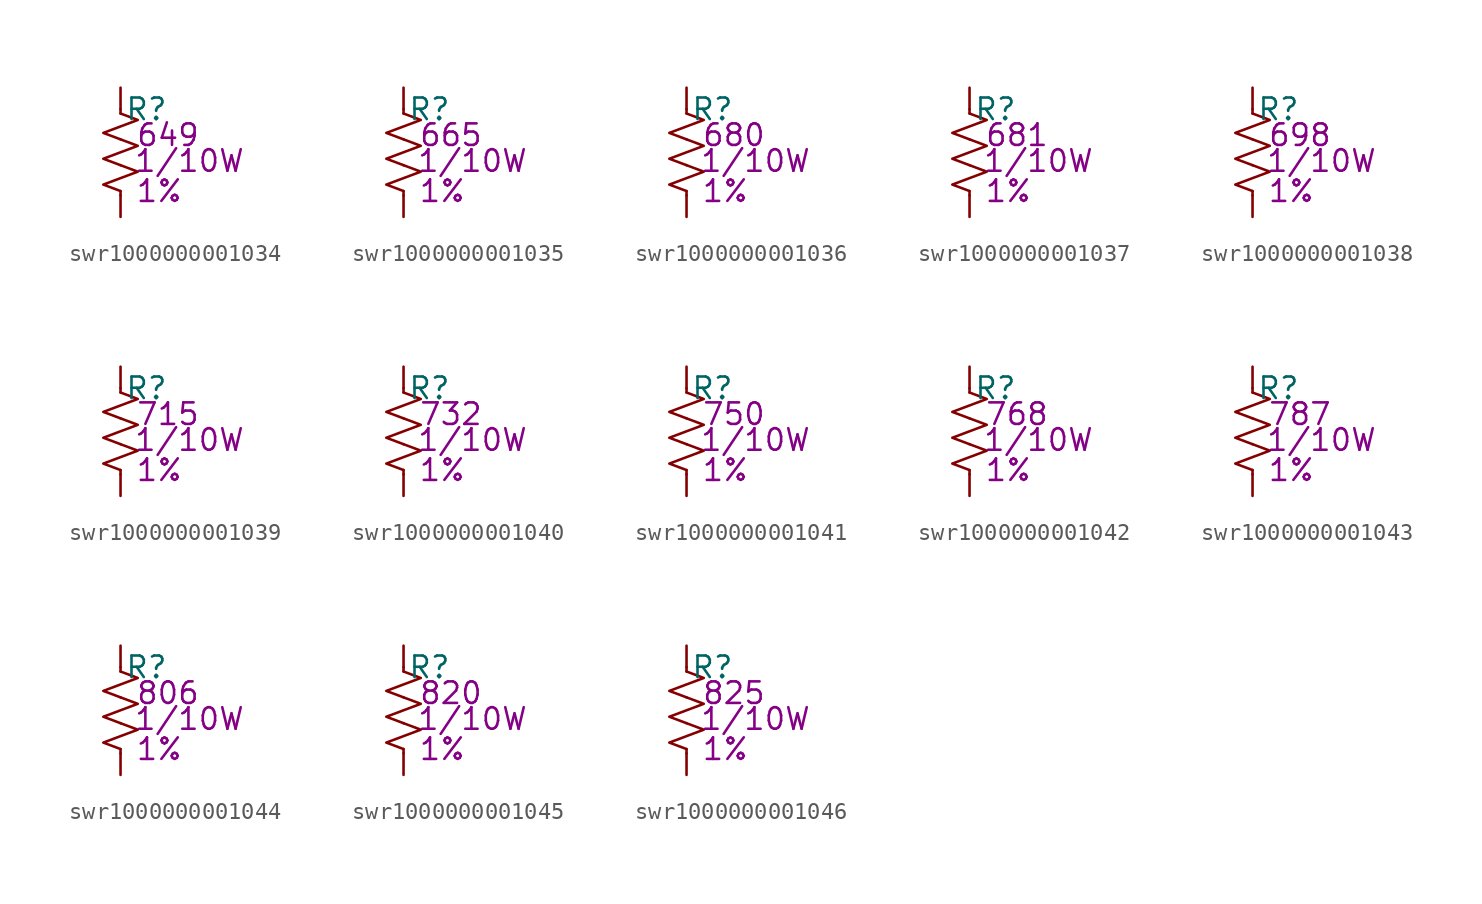
<source format=kicad_sym>
(kicad_symbol_lib
  (version 20211014)
  (generator kicad_symbol_editor)
  (symbol "swr1000000001034"
    (pin_numbers hide)
    (pin_names
      (offset 1.016))
    (property "Reference" "R"
      (at 1.524 2.54 0)
      (effects (font (size 1.27 1.27))))
    (property "Tolerance" "1%"
      (at 2.286 -2.286 0)
      (effects (font (size 1.27 1.27))))
    (property "Wattage" "1/10W"
      (at 4.064 -0.508 0)
      (effects (font (size 1.27 1.27))))
    (property "PartValue" "649"
      (at 2.794 1.016 0)
      (effects (font (size 1.27 1.27))))
    (symbol "swr1000000001034_1_1"
      (polyline (pts (xy 0 -2.286) (xy 0 -2.54)) (stroke (width 0) (type default) (color 0 0 0 0)) (fill (type none)))
      (polyline (pts (xy 0 2.286) (xy 0 2.54)) (stroke (width 0) (type default) (color 0 0 0 0)) (fill (type none)))
      (polyline (pts (xy 0 -0.762) (xy 1.016 -1.143) (xy 0 -1.524) (xy -1.016 -1.905) (xy 0 -2.286)) (stroke (width 0) (type default) (color 0 0 0 0)) (fill (type none)))
      (polyline (pts (xy 0 0.762) (xy 1.016 0.381) (xy 0 0) (xy -1.016 -0.381) (xy 0 -0.762)) (stroke (width 0) (type default) (color 0 0 0 0)) (fill (type none)))
      (polyline (pts (xy 0 2.286) (xy 1.016 1.905) (xy 0 1.524) (xy -1.016 1.143) (xy 0 0.762)) (stroke (width 0) (type default) (color 0 0 0 0)) (fill (type none)))
      (pin passive line (at 0 3.81 270) (length 1.27) (name "~" (effects (font (size 1.27 1.27)))) (number "1" (effects (font (size 1.27 1.27)))))
      (pin passive line (at 0 -3.81 90) (length 1.27) (name "~" (effects (font (size 1.27 1.27)))) (number "2" (effects (font (size 1.27 1.27)))))))
  (symbol "swr1000000001035"
    (pin_numbers hide)
    (pin_names
      (offset 1.016))
    (property "Reference" "R"
      (at 1.524 2.54 0)
      (effects (font (size 1.27 1.27))))
    (property "Tolerance" "1%"
      (at 2.286 -2.286 0)
      (effects (font (size 1.27 1.27))))
    (property "Wattage" "1/10W"
      (at 4.064 -0.508 0)
      (effects (font (size 1.27 1.27))))
    (property "PartValue" "665"
      (at 2.794 1.016 0)
      (effects (font (size 1.27 1.27))))
    (symbol "swr1000000001035_1_1"
      (polyline (pts (xy 0 -2.286) (xy 0 -2.54)) (stroke (width 0) (type default) (color 0 0 0 0)) (fill (type none)))
      (polyline (pts (xy 0 2.286) (xy 0 2.54)) (stroke (width 0) (type default) (color 0 0 0 0)) (fill (type none)))
      (polyline (pts (xy 0 -0.762) (xy 1.016 -1.143) (xy 0 -1.524) (xy -1.016 -1.905) (xy 0 -2.286)) (stroke (width 0) (type default) (color 0 0 0 0)) (fill (type none)))
      (polyline (pts (xy 0 0.762) (xy 1.016 0.381) (xy 0 0) (xy -1.016 -0.381) (xy 0 -0.762)) (stroke (width 0) (type default) (color 0 0 0 0)) (fill (type none)))
      (polyline (pts (xy 0 2.286) (xy 1.016 1.905) (xy 0 1.524) (xy -1.016 1.143) (xy 0 0.762)) (stroke (width 0) (type default) (color 0 0 0 0)) (fill (type none)))
      (pin passive line (at 0 3.81 270) (length 1.27) (name "~" (effects (font (size 1.27 1.27)))) (number "1" (effects (font (size 1.27 1.27)))))
      (pin passive line (at 0 -3.81 90) (length 1.27) (name "~" (effects (font (size 1.27 1.27)))) (number "2" (effects (font (size 1.27 1.27)))))))
  (symbol "swr1000000001036"
    (pin_numbers hide)
    (pin_names
      (offset 1.016))
    (property "Reference" "R"
      (at 1.524 2.54 0)
      (effects (font (size 1.27 1.27))))
    (property "Tolerance" "1%"
      (at 2.286 -2.286 0)
      (effects (font (size 1.27 1.27))))
    (property "Wattage" "1/10W"
      (at 4.064 -0.508 0)
      (effects (font (size 1.27 1.27))))
    (property "PartValue" "680"
      (at 2.794 1.016 0)
      (effects (font (size 1.27 1.27))))
    (symbol "swr1000000001036_1_1"
      (polyline (pts (xy 0 -2.286) (xy 0 -2.54)) (stroke (width 0) (type default) (color 0 0 0 0)) (fill (type none)))
      (polyline (pts (xy 0 2.286) (xy 0 2.54)) (stroke (width 0) (type default) (color 0 0 0 0)) (fill (type none)))
      (polyline (pts (xy 0 -0.762) (xy 1.016 -1.143) (xy 0 -1.524) (xy -1.016 -1.905) (xy 0 -2.286)) (stroke (width 0) (type default) (color 0 0 0 0)) (fill (type none)))
      (polyline (pts (xy 0 0.762) (xy 1.016 0.381) (xy 0 0) (xy -1.016 -0.381) (xy 0 -0.762)) (stroke (width 0) (type default) (color 0 0 0 0)) (fill (type none)))
      (polyline (pts (xy 0 2.286) (xy 1.016 1.905) (xy 0 1.524) (xy -1.016 1.143) (xy 0 0.762)) (stroke (width 0) (type default) (color 0 0 0 0)) (fill (type none)))
      (pin passive line (at 0 3.81 270) (length 1.27) (name "~" (effects (font (size 1.27 1.27)))) (number "1" (effects (font (size 1.27 1.27)))))
      (pin passive line (at 0 -3.81 90) (length 1.27) (name "~" (effects (font (size 1.27 1.27)))) (number "2" (effects (font (size 1.27 1.27)))))))
  (symbol "swr1000000001037"
    (pin_numbers hide)
    (pin_names
      (offset 1.016))
    (property "Reference" "R"
      (at 1.524 2.54 0)
      (effects (font (size 1.27 1.27))))
    (property "Tolerance" "1%"
      (at 2.286 -2.286 0)
      (effects (font (size 1.27 1.27))))
    (property "Wattage" "1/10W"
      (at 4.064 -0.508 0)
      (effects (font (size 1.27 1.27))))
    (property "PartValue" "681"
      (at 2.794 1.016 0)
      (effects (font (size 1.27 1.27))))
    (symbol "swr1000000001037_1_1"
      (polyline (pts (xy 0 -2.286) (xy 0 -2.54)) (stroke (width 0) (type default) (color 0 0 0 0)) (fill (type none)))
      (polyline (pts (xy 0 2.286) (xy 0 2.54)) (stroke (width 0) (type default) (color 0 0 0 0)) (fill (type none)))
      (polyline (pts (xy 0 -0.762) (xy 1.016 -1.143) (xy 0 -1.524) (xy -1.016 -1.905) (xy 0 -2.286)) (stroke (width 0) (type default) (color 0 0 0 0)) (fill (type none)))
      (polyline (pts (xy 0 0.762) (xy 1.016 0.381) (xy 0 0) (xy -1.016 -0.381) (xy 0 -0.762)) (stroke (width 0) (type default) (color 0 0 0 0)) (fill (type none)))
      (polyline (pts (xy 0 2.286) (xy 1.016 1.905) (xy 0 1.524) (xy -1.016 1.143) (xy 0 0.762)) (stroke (width 0) (type default) (color 0 0 0 0)) (fill (type none)))
      (pin passive line (at 0 3.81 270) (length 1.27) (name "~" (effects (font (size 1.27 1.27)))) (number "1" (effects (font (size 1.27 1.27)))))
      (pin passive line (at 0 -3.81 90) (length 1.27) (name "~" (effects (font (size 1.27 1.27)))) (number "2" (effects (font (size 1.27 1.27)))))))
  (symbol "swr1000000001038"
    (pin_numbers hide)
    (pin_names
      (offset 1.016))
    (property "Reference" "R"
      (at 1.524 2.54 0)
      (effects (font (size 1.27 1.27))))
    (property "Tolerance" "1%"
      (at 2.286 -2.286 0)
      (effects (font (size 1.27 1.27))))
    (property "Wattage" "1/10W"
      (at 4.064 -0.508 0)
      (effects (font (size 1.27 1.27))))
    (property "PartValue" "698"
      (at 2.794 1.016 0)
      (effects (font (size 1.27 1.27))))
    (symbol "swr1000000001038_1_1"
      (polyline (pts (xy 0 -2.286) (xy 0 -2.54)) (stroke (width 0) (type default) (color 0 0 0 0)) (fill (type none)))
      (polyline (pts (xy 0 2.286) (xy 0 2.54)) (stroke (width 0) (type default) (color 0 0 0 0)) (fill (type none)))
      (polyline (pts (xy 0 -0.762) (xy 1.016 -1.143) (xy 0 -1.524) (xy -1.016 -1.905) (xy 0 -2.286)) (stroke (width 0) (type default) (color 0 0 0 0)) (fill (type none)))
      (polyline (pts (xy 0 0.762) (xy 1.016 0.381) (xy 0 0) (xy -1.016 -0.381) (xy 0 -0.762)) (stroke (width 0) (type default) (color 0 0 0 0)) (fill (type none)))
      (polyline (pts (xy 0 2.286) (xy 1.016 1.905) (xy 0 1.524) (xy -1.016 1.143) (xy 0 0.762)) (stroke (width 0) (type default) (color 0 0 0 0)) (fill (type none)))
      (pin passive line (at 0 3.81 270) (length 1.27) (name "~" (effects (font (size 1.27 1.27)))) (number "1" (effects (font (size 1.27 1.27)))))
      (pin passive line (at 0 -3.81 90) (length 1.27) (name "~" (effects (font (size 1.27 1.27)))) (number "2" (effects (font (size 1.27 1.27)))))))
  (symbol "swr1000000001039"
    (pin_numbers hide)
    (pin_names
      (offset 1.016))
    (property "Reference" "R"
      (at 1.524 2.54 0)
      (effects (font (size 1.27 1.27))))
    (property "Tolerance" "1%"
      (at 2.286 -2.286 0)
      (effects (font (size 1.27 1.27))))
    (property "Wattage" "1/10W"
      (at 4.064 -0.508 0)
      (effects (font (size 1.27 1.27))))
    (property "PartValue" "715"
      (at 2.794 1.016 0)
      (effects (font (size 1.27 1.27))))
    (symbol "swr1000000001039_1_1"
      (polyline (pts (xy 0 -2.286) (xy 0 -2.54)) (stroke (width 0) (type default) (color 0 0 0 0)) (fill (type none)))
      (polyline (pts (xy 0 2.286) (xy 0 2.54)) (stroke (width 0) (type default) (color 0 0 0 0)) (fill (type none)))
      (polyline (pts (xy 0 -0.762) (xy 1.016 -1.143) (xy 0 -1.524) (xy -1.016 -1.905) (xy 0 -2.286)) (stroke (width 0) (type default) (color 0 0 0 0)) (fill (type none)))
      (polyline (pts (xy 0 0.762) (xy 1.016 0.381) (xy 0 0) (xy -1.016 -0.381) (xy 0 -0.762)) (stroke (width 0) (type default) (color 0 0 0 0)) (fill (type none)))
      (polyline (pts (xy 0 2.286) (xy 1.016 1.905) (xy 0 1.524) (xy -1.016 1.143) (xy 0 0.762)) (stroke (width 0) (type default) (color 0 0 0 0)) (fill (type none)))
      (pin passive line (at 0 3.81 270) (length 1.27) (name "~" (effects (font (size 1.27 1.27)))) (number "1" (effects (font (size 1.27 1.27)))))
      (pin passive line (at 0 -3.81 90) (length 1.27) (name "~" (effects (font (size 1.27 1.27)))) (number "2" (effects (font (size 1.27 1.27)))))))
  (symbol "swr1000000001040"
    (pin_numbers hide)
    (pin_names
      (offset 1.016))
    (property "Reference" "R"
      (at 1.524 2.54 0)
      (effects (font (size 1.27 1.27))))
    (property "Tolerance" "1%"
      (at 2.286 -2.286 0)
      (effects (font (size 1.27 1.27))))
    (property "Wattage" "1/10W"
      (at 4.064 -0.508 0)
      (effects (font (size 1.27 1.27))))
    (property "PartValue" "732"
      (at 2.794 1.016 0)
      (effects (font (size 1.27 1.27))))
    (symbol "swr1000000001040_1_1"
      (polyline (pts (xy 0 -2.286) (xy 0 -2.54)) (stroke (width 0) (type default) (color 0 0 0 0)) (fill (type none)))
      (polyline (pts (xy 0 2.286) (xy 0 2.54)) (stroke (width 0) (type default) (color 0 0 0 0)) (fill (type none)))
      (polyline (pts (xy 0 -0.762) (xy 1.016 -1.143) (xy 0 -1.524) (xy -1.016 -1.905) (xy 0 -2.286)) (stroke (width 0) (type default) (color 0 0 0 0)) (fill (type none)))
      (polyline (pts (xy 0 0.762) (xy 1.016 0.381) (xy 0 0) (xy -1.016 -0.381) (xy 0 -0.762)) (stroke (width 0) (type default) (color 0 0 0 0)) (fill (type none)))
      (polyline (pts (xy 0 2.286) (xy 1.016 1.905) (xy 0 1.524) (xy -1.016 1.143) (xy 0 0.762)) (stroke (width 0) (type default) (color 0 0 0 0)) (fill (type none)))
      (pin passive line (at 0 3.81 270) (length 1.27) (name "~" (effects (font (size 1.27 1.27)))) (number "1" (effects (font (size 1.27 1.27)))))
      (pin passive line (at 0 -3.81 90) (length 1.27) (name "~" (effects (font (size 1.27 1.27)))) (number "2" (effects (font (size 1.27 1.27)))))))
  (symbol "swr1000000001041"
    (pin_numbers hide)
    (pin_names
      (offset 1.016))
    (property "Reference" "R"
      (at 1.524 2.54 0)
      (effects (font (size 1.27 1.27))))
    (property "Tolerance" "1%"
      (at 2.286 -2.286 0)
      (effects (font (size 1.27 1.27))))
    (property "Wattage" "1/10W"
      (at 4.064 -0.508 0)
      (effects (font (size 1.27 1.27))))
    (property "PartValue" "750"
      (at 2.794 1.016 0)
      (effects (font (size 1.27 1.27))))
    (symbol "swr1000000001041_1_1"
      (polyline (pts (xy 0 -2.286) (xy 0 -2.54)) (stroke (width 0) (type default) (color 0 0 0 0)) (fill (type none)))
      (polyline (pts (xy 0 2.286) (xy 0 2.54)) (stroke (width 0) (type default) (color 0 0 0 0)) (fill (type none)))
      (polyline (pts (xy 0 -0.762) (xy 1.016 -1.143) (xy 0 -1.524) (xy -1.016 -1.905) (xy 0 -2.286)) (stroke (width 0) (type default) (color 0 0 0 0)) (fill (type none)))
      (polyline (pts (xy 0 0.762) (xy 1.016 0.381) (xy 0 0) (xy -1.016 -0.381) (xy 0 -0.762)) (stroke (width 0) (type default) (color 0 0 0 0)) (fill (type none)))
      (polyline (pts (xy 0 2.286) (xy 1.016 1.905) (xy 0 1.524) (xy -1.016 1.143) (xy 0 0.762)) (stroke (width 0) (type default) (color 0 0 0 0)) (fill (type none)))
      (pin passive line (at 0 3.81 270) (length 1.27) (name "~" (effects (font (size 1.27 1.27)))) (number "1" (effects (font (size 1.27 1.27)))))
      (pin passive line (at 0 -3.81 90) (length 1.27) (name "~" (effects (font (size 1.27 1.27)))) (number "2" (effects (font (size 1.27 1.27)))))))
  (symbol "swr1000000001042"
    (pin_numbers hide)
    (pin_names
      (offset 1.016))
    (property "Reference" "R"
      (at 1.524 2.54 0)
      (effects (font (size 1.27 1.27))))
    (property "Tolerance" "1%"
      (at 2.286 -2.286 0)
      (effects (font (size 1.27 1.27))))
    (property "Wattage" "1/10W"
      (at 4.064 -0.508 0)
      (effects (font (size 1.27 1.27))))
    (property "PartValue" "768"
      (at 2.794 1.016 0)
      (effects (font (size 1.27 1.27))))
    (symbol "swr1000000001042_1_1"
      (polyline (pts (xy 0 -2.286) (xy 0 -2.54)) (stroke (width 0) (type default) (color 0 0 0 0)) (fill (type none)))
      (polyline (pts (xy 0 2.286) (xy 0 2.54)) (stroke (width 0) (type default) (color 0 0 0 0)) (fill (type none)))
      (polyline (pts (xy 0 -0.762) (xy 1.016 -1.143) (xy 0 -1.524) (xy -1.016 -1.905) (xy 0 -2.286)) (stroke (width 0) (type default) (color 0 0 0 0)) (fill (type none)))
      (polyline (pts (xy 0 0.762) (xy 1.016 0.381) (xy 0 0) (xy -1.016 -0.381) (xy 0 -0.762)) (stroke (width 0) (type default) (color 0 0 0 0)) (fill (type none)))
      (polyline (pts (xy 0 2.286) (xy 1.016 1.905) (xy 0 1.524) (xy -1.016 1.143) (xy 0 0.762)) (stroke (width 0) (type default) (color 0 0 0 0)) (fill (type none)))
      (pin passive line (at 0 3.81 270) (length 1.27) (name "~" (effects (font (size 1.27 1.27)))) (number "1" (effects (font (size 1.27 1.27)))))
      (pin passive line (at 0 -3.81 90) (length 1.27) (name "~" (effects (font (size 1.27 1.27)))) (number "2" (effects (font (size 1.27 1.27)))))))
  (symbol "swr1000000001043"
    (pin_numbers hide)
    (pin_names
      (offset 1.016))
    (property "Reference" "R"
      (at 1.524 2.54 0)
      (effects (font (size 1.27 1.27))))
    (property "Tolerance" "1%"
      (at 2.286 -2.286 0)
      (effects (font (size 1.27 1.27))))
    (property "Wattage" "1/10W"
      (at 4.064 -0.508 0)
      (effects (font (size 1.27 1.27))))
    (property "PartValue" "787"
      (at 2.794 1.016 0)
      (effects (font (size 1.27 1.27))))
    (symbol "swr1000000001043_1_1"
      (polyline (pts (xy 0 -2.286) (xy 0 -2.54)) (stroke (width 0) (type default) (color 0 0 0 0)) (fill (type none)))
      (polyline (pts (xy 0 2.286) (xy 0 2.54)) (stroke (width 0) (type default) (color 0 0 0 0)) (fill (type none)))
      (polyline (pts (xy 0 -0.762) (xy 1.016 -1.143) (xy 0 -1.524) (xy -1.016 -1.905) (xy 0 -2.286)) (stroke (width 0) (type default) (color 0 0 0 0)) (fill (type none)))
      (polyline (pts (xy 0 0.762) (xy 1.016 0.381) (xy 0 0) (xy -1.016 -0.381) (xy 0 -0.762)) (stroke (width 0) (type default) (color 0 0 0 0)) (fill (type none)))
      (polyline (pts (xy 0 2.286) (xy 1.016 1.905) (xy 0 1.524) (xy -1.016 1.143) (xy 0 0.762)) (stroke (width 0) (type default) (color 0 0 0 0)) (fill (type none)))
      (pin passive line (at 0 3.81 270) (length 1.27) (name "~" (effects (font (size 1.27 1.27)))) (number "1" (effects (font (size 1.27 1.27)))))
      (pin passive line (at 0 -3.81 90) (length 1.27) (name "~" (effects (font (size 1.27 1.27)))) (number "2" (effects (font (size 1.27 1.27)))))))
  (symbol "swr1000000001044"
    (pin_numbers hide)
    (pin_names
      (offset 1.016))
    (property "Reference" "R"
      (at 1.524 2.54 0)
      (effects (font (size 1.27 1.27))))
    (property "Tolerance" "1%"
      (at 2.286 -2.286 0)
      (effects (font (size 1.27 1.27))))
    (property "Wattage" "1/10W"
      (at 4.064 -0.508 0)
      (effects (font (size 1.27 1.27))))
    (property "PartValue" "806"
      (at 2.794 1.016 0)
      (effects (font (size 1.27 1.27))))
    (symbol "swr1000000001044_1_1"
      (polyline (pts (xy 0 -2.286) (xy 0 -2.54)) (stroke (width 0) (type default) (color 0 0 0 0)) (fill (type none)))
      (polyline (pts (xy 0 2.286) (xy 0 2.54)) (stroke (width 0) (type default) (color 0 0 0 0)) (fill (type none)))
      (polyline (pts (xy 0 -0.762) (xy 1.016 -1.143) (xy 0 -1.524) (xy -1.016 -1.905) (xy 0 -2.286)) (stroke (width 0) (type default) (color 0 0 0 0)) (fill (type none)))
      (polyline (pts (xy 0 0.762) (xy 1.016 0.381) (xy 0 0) (xy -1.016 -0.381) (xy 0 -0.762)) (stroke (width 0) (type default) (color 0 0 0 0)) (fill (type none)))
      (polyline (pts (xy 0 2.286) (xy 1.016 1.905) (xy 0 1.524) (xy -1.016 1.143) (xy 0 0.762)) (stroke (width 0) (type default) (color 0 0 0 0)) (fill (type none)))
      (pin passive line (at 0 3.81 270) (length 1.27) (name "~" (effects (font (size 1.27 1.27)))) (number "1" (effects (font (size 1.27 1.27)))))
      (pin passive line (at 0 -3.81 90) (length 1.27) (name "~" (effects (font (size 1.27 1.27)))) (number "2" (effects (font (size 1.27 1.27)))))))
  (symbol "swr1000000001045"
    (pin_numbers hide)
    (pin_names
      (offset 1.016))
    (property "Reference" "R"
      (at 1.524 2.54 0)
      (effects (font (size 1.27 1.27))))
    (property "Tolerance" "1%"
      (at 2.286 -2.286 0)
      (effects (font (size 1.27 1.27))))
    (property "Wattage" "1/10W"
      (at 4.064 -0.508 0)
      (effects (font (size 1.27 1.27))))
    (property "PartValue" "820"
      (at 2.794 1.016 0)
      (effects (font (size 1.27 1.27))))
    (symbol "swr1000000001045_1_1"
      (polyline (pts (xy 0 -2.286) (xy 0 -2.54)) (stroke (width 0) (type default) (color 0 0 0 0)) (fill (type none)))
      (polyline (pts (xy 0 2.286) (xy 0 2.54)) (stroke (width 0) (type default) (color 0 0 0 0)) (fill (type none)))
      (polyline (pts (xy 0 -0.762) (xy 1.016 -1.143) (xy 0 -1.524) (xy -1.016 -1.905) (xy 0 -2.286)) (stroke (width 0) (type default) (color 0 0 0 0)) (fill (type none)))
      (polyline (pts (xy 0 0.762) (xy 1.016 0.381) (xy 0 0) (xy -1.016 -0.381) (xy 0 -0.762)) (stroke (width 0) (type default) (color 0 0 0 0)) (fill (type none)))
      (polyline (pts (xy 0 2.286) (xy 1.016 1.905) (xy 0 1.524) (xy -1.016 1.143) (xy 0 0.762)) (stroke (width 0) (type default) (color 0 0 0 0)) (fill (type none)))
      (pin passive line (at 0 3.81 270) (length 1.27) (name "~" (effects (font (size 1.27 1.27)))) (number "1" (effects (font (size 1.27 1.27)))))
      (pin passive line (at 0 -3.81 90) (length 1.27) (name "~" (effects (font (size 1.27 1.27)))) (number "2" (effects (font (size 1.27 1.27)))))))
  (symbol "swr1000000001046"
    (pin_numbers hide)
    (pin_names
      (offset 1.016))
    (property "Reference" "R"
      (at 1.524 2.54 0)
      (effects (font (size 1.27 1.27))))
    (property "Tolerance" "1%"
      (at 2.286 -2.286 0)
      (effects (font (size 1.27 1.27))))
    (property "Wattage" "1/10W"
      (at 4.064 -0.508 0)
      (effects (font (size 1.27 1.27))))
    (property "PartValue" "825"
      (at 2.794 1.016 0)
      (effects (font (size 1.27 1.27))))
    (symbol "swr1000000001046_1_1"
      (polyline (pts (xy 0 -2.286) (xy 0 -2.54)) (stroke (width 0) (type default) (color 0 0 0 0)) (fill (type none)))
      (polyline (pts (xy 0 2.286) (xy 0 2.54)) (stroke (width 0) (type default) (color 0 0 0 0)) (fill (type none)))
      (polyline (pts (xy 0 -0.762) (xy 1.016 -1.143) (xy 0 -1.524) (xy -1.016 -1.905) (xy 0 -2.286)) (stroke (width 0) (type default) (color 0 0 0 0)) (fill (type none)))
      (polyline (pts (xy 0 0.762) (xy 1.016 0.381) (xy 0 0) (xy -1.016 -0.381) (xy 0 -0.762)) (stroke (width 0) (type default) (color 0 0 0 0)) (fill (type none)))
      (polyline (pts (xy 0 2.286) (xy 1.016 1.905) (xy 0 1.524) (xy -1.016 1.143) (xy 0 0.762)) (stroke (width 0) (type default) (color 0 0 0 0)) (fill (type none)))
      (pin passive line (at 0 3.81 270) (length 1.27) (name "~" (effects (font (size 1.27 1.27)))) (number "1" (effects (font (size 1.27 1.27)))))
      (pin passive line (at 0 -3.81 90) (length 1.27) (name "~" (effects (font (size 1.27 1.27)))) (number "2" (effects (font (size 1.27 1.27))))))))
</source>
